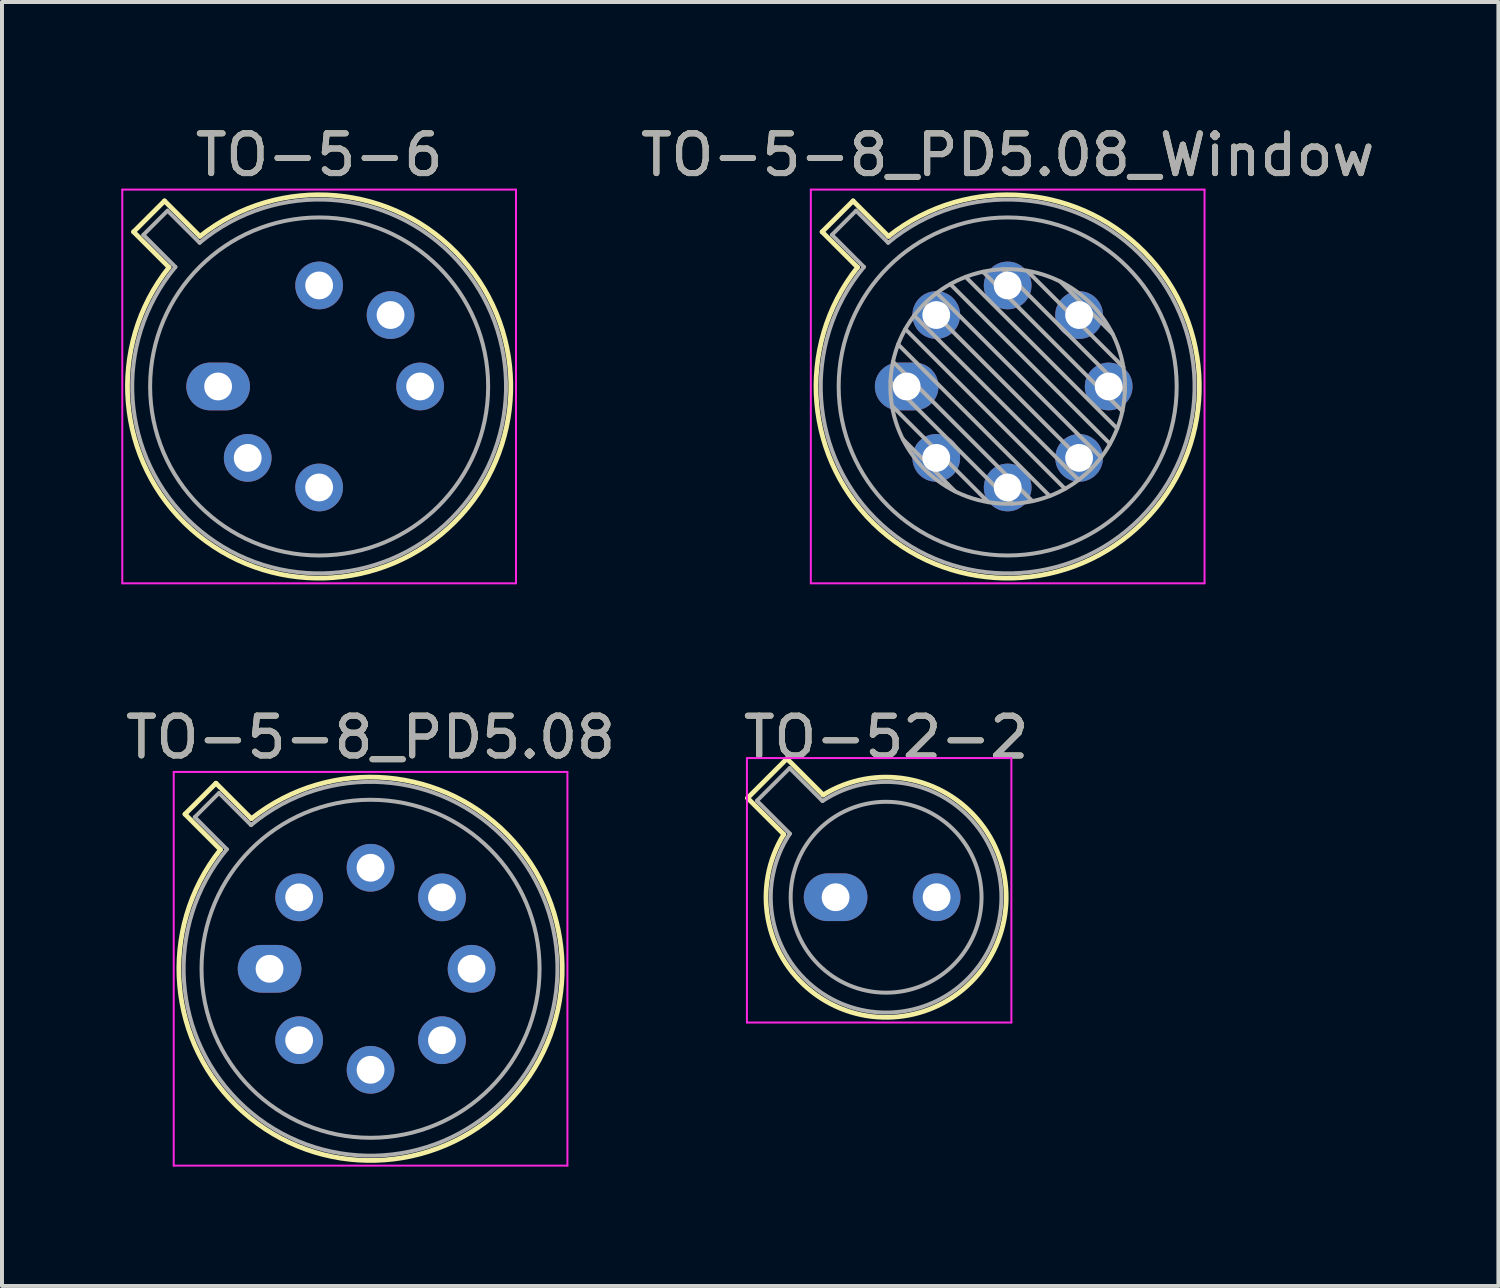
<source format=kicad_pcb>
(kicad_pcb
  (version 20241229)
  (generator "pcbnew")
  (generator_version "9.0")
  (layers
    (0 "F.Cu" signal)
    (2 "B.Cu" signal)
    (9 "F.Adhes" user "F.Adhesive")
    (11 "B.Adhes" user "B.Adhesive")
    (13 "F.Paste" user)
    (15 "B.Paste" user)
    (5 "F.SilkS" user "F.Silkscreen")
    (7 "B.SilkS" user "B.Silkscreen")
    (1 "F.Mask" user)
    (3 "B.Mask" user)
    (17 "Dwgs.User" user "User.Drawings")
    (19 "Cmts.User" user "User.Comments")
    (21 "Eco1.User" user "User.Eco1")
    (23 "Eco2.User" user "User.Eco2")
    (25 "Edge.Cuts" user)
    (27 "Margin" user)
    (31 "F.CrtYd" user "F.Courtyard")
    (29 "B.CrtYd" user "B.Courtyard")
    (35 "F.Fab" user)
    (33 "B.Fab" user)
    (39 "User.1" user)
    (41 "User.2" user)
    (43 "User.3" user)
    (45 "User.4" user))
  (footprint "TO-5-8_PD5.08_Window"
    (layer "F.Cu")
    (at 19.749 6.668)
    (property "Reference" "TO-5-8_PD5.08_Window" (at 2.54 -5.82 0) (layer "F.SilkS") (effects (font (size 1 1) (thickness 0.15))))
    (attr through_hole)
    (fp_line (start -2.126 -3.888) (end -1.235 -2.997) (stroke (width 0.12) (type solid)) (layer "F.SilkS"))
    (fp_line (start -1.348 -4.666) (end -2.126 -3.888) (stroke (width 0.12) (type solid)) (layer "F.SilkS"))
    (fp_line (start -0.457 -3.775) (end -1.348 -4.666) (stroke (width 0.12) (type solid)) (layer "F.SilkS"))
    (fp_arc (start -0.457084 -3.774902) (mid 5.948125 3.408384) (end -1.234674 -2.997371) (stroke (width 0.12) (type solid)) (layer "F.SilkS"))
    (fp_line (start -2.41 -4.95) (end -2.41 4.95) (stroke (width 0.05) (type solid)) (layer "F.CrtYd"))
    (fp_line (start -2.41 4.95) (end 7.49 4.95) (stroke (width 0.05) (type solid)) (layer "F.CrtYd"))
    (fp_line (start 7.49 -4.95) (end -2.41 -4.95) (stroke (width 0.05) (type solid)) (layer "F.CrtYd"))
    (fp_line (start 7.49 4.95) (end 7.49 -4.95) (stroke (width 0.05) (type solid)) (layer "F.CrtYd"))
    (fp_line (start -1.88 -3.812) (end -1.074 -3.005) (stroke (width 0.1) (type solid)) (layer "F.Fab"))
    (fp_line (start -1.272 -4.42) (end -1.88 -3.812) (stroke (width 0.1) (type solid)) (layer "F.Fab"))
    (fp_line (start -0.465 -3.614) (end -1.272 -4.42) (stroke (width 0.1) (type solid)) (layer "F.Fab"))
    (fp_line (start -0.408 -0.12) (end 2.66 2.948) (stroke (width 0.1) (type solid)) (layer "F.Fab"))
    (fp_line (start -0.371 0.485) (end 2.055 2.911) (stroke (width 0.1) (type solid)) (layer "F.Fab"))
    (fp_line (start -0.344 -0.622) (end 3.162 2.884) (stroke (width 0.1) (type solid)) (layer "F.Fab"))
    (fp_line (start -0.215 -1.058) (end 3.598 2.755) (stroke (width 0.1) (type solid)) (layer "F.Fab"))
    (fp_line (start -0.097 1.324) (end 1.216 2.637) (stroke (width 0.1) (type solid)) (layer "F.Fab"))
    (fp_line (start -0.034 -1.443) (end 3.983 2.574) (stroke (width 0.1) (type solid)) (layer "F.Fab"))
    (fp_line (start 0.19 -1.784) (end 4.324 2.35) (stroke (width 0.1) (type solid)) (layer "F.Fab"))
    (fp_line (start 0.454 -2.086) (end 4.626 2.086) (stroke (width 0.1) (type solid)) (layer "F.Fab"))
    (fp_line (start 0.756 -2.35) (end 4.89 1.784) (stroke (width 0.1) (type solid)) (layer "F.Fab"))
    (fp_line (start 1.097 -2.574) (end 5.114 1.443) (stroke (width 0.1) (type solid)) (layer "F.Fab"))
    (fp_line (start 1.482 -2.755) (end 5.295 1.058) (stroke (width 0.1) (type solid)) (layer "F.Fab"))
    (fp_line (start 1.918 -2.884) (end 5.424 0.622) (stroke (width 0.1) (type solid)) (layer "F.Fab"))
    (fp_line (start 2.42 -2.948) (end 5.488 0.12) (stroke (width 0.1) (type solid)) (layer "F.Fab"))
    (fp_line (start 3.025 -2.911) (end 5.451 -0.485) (stroke (width 0.1) (type solid)) (layer "F.Fab"))
    (fp_line (start 3.864 -2.637) (end 5.177 -1.324) (stroke (width 0.1) (type solid)) (layer "F.Fab"))
    (fp_arc (start -0.465408 -3.61352) (mid 5.863443 3.323361) (end -1.073594 -3.005319) (stroke (width 0.1) (type solid)) (layer "F.Fab"))
    (fp_circle (center 2.54 0) (end 5.49 0) (stroke (width 0.1) (type solid)) (fill no) (layer "F.Fab"))
    (fp_circle (center 2.54 0) (end 6.79 0) (stroke (width 0.1) (type solid)) (fill no) (layer "F.Fab"))
    (fp_text user "${REFERENCE}" (at 2.54 -5.82 0) (layer "F.Fab") (effects (font (size 1 1) (thickness 0.15))))
    (pad "1" thru_hole oval (at 0 0) (size 1.6 1.2) (drill 0.7) (layers "*.Cu" "*.Mask"))
    (pad "2" thru_hole oval (at 0.744 1.796) (size 1.2 1.2) (drill 0.7) (layers "*.Cu" "*.Mask"))
    (pad "3" thru_hole oval (at 2.54 2.54) (size 1.2 1.2) (drill 0.7) (layers "*.Cu" "*.Mask"))
    (pad "4" thru_hole oval (at 4.336 1.796) (size 1.2 1.2) (drill 0.7) (layers "*.Cu" "*.Mask"))
    (pad "5" thru_hole oval (at 5.08 0) (size 1.2 1.2) (drill 0.7) (layers "*.Cu" "*.Mask"))
    (pad "6" thru_hole oval (at 4.336 -1.796) (size 1.2 1.2) (drill 0.7) (layers "*.Cu" "*.Mask"))
    (pad "7" thru_hole oval (at 2.54 -2.54) (size 1.2 1.2) (drill 0.7) (layers "*.Cu" "*.Mask"))
    (pad "8" thru_hole oval (at 0.744 -1.796) (size 1.2 1.2) (drill 0.7) (layers "*.Cu" "*.Mask")))
  (footprint "TO-5-8_PD5.08"
    (layer "F.Cu")
    (at 3.728 21.311)
    (property "Reference" "TO-5-8_PD5.08" (at 2.54 -5.82 0) (layer "F.SilkS") (effects (font (size 1 1) (thickness 0.15))))
    (attr through_hole)
    (fp_line (start -2.126 -3.888) (end -1.235 -2.997) (stroke (width 0.12) (type solid)) (layer "F.SilkS"))
    (fp_line (start -1.348 -4.666) (end -2.126 -3.888) (stroke (width 0.12) (type solid)) (layer "F.SilkS"))
    (fp_line (start -0.457 -3.775) (end -1.348 -4.666) (stroke (width 0.12) (type solid)) (layer "F.SilkS"))
    (fp_arc (start -0.457084 -3.774902) (mid 5.948125 3.408384) (end -1.234674 -2.997371) (stroke (width 0.12) (type solid)) (layer "F.SilkS"))
    (fp_line (start -2.41 -4.95) (end -2.41 4.95) (stroke (width 0.05) (type solid)) (layer "F.CrtYd"))
    (fp_line (start -2.41 4.95) (end 7.49 4.95) (stroke (width 0.05) (type solid)) (layer "F.CrtYd"))
    (fp_line (start 7.49 -4.95) (end -2.41 -4.95) (stroke (width 0.05) (type solid)) (layer "F.CrtYd"))
    (fp_line (start 7.49 4.95) (end 7.49 -4.95) (stroke (width 0.05) (type solid)) (layer "F.CrtYd"))
    (fp_line (start -1.88 -3.812) (end -1.074 -3.005) (stroke (width 0.1) (type solid)) (layer "F.Fab"))
    (fp_line (start -1.272 -4.42) (end -1.88 -3.812) (stroke (width 0.1) (type solid)) (layer "F.Fab"))
    (fp_line (start -0.465 -3.614) (end -1.272 -4.42) (stroke (width 0.1) (type solid)) (layer "F.Fab"))
    (fp_arc (start -0.465408 -3.61352) (mid 5.863443 3.323361) (end -1.073594 -3.005319) (stroke (width 0.1) (type solid)) (layer "F.Fab"))
    (fp_circle (center 2.54 0) (end 6.79 0) (stroke (width 0.1) (type solid)) (fill no) (layer "F.Fab"))
    (fp_text user "${REFERENCE}" (at 2.54 -5.82 0) (layer "F.Fab") (effects (font (size 1 1) (thickness 0.15))))
    (pad "1" thru_hole oval (at 0 0) (size 1.6 1.2) (drill 0.7) (layers "*.Cu" "*.Mask"))
    (pad "2" thru_hole oval (at 0.744 1.796) (size 1.2 1.2) (drill 0.7) (layers "*.Cu" "*.Mask"))
    (pad "3" thru_hole oval (at 2.54 2.54) (size 1.2 1.2) (drill 0.7) (layers "*.Cu" "*.Mask"))
    (pad "4" thru_hole oval (at 4.336 1.796) (size 1.2 1.2) (drill 0.7) (layers "*.Cu" "*.Mask"))
    (pad "5" thru_hole oval (at 5.08 0) (size 1.2 1.2) (drill 0.7) (layers "*.Cu" "*.Mask"))
    (pad "6" thru_hole oval (at 4.336 -1.796) (size 1.2 1.2) (drill 0.7) (layers "*.Cu" "*.Mask"))
    (pad "7" thru_hole oval (at 2.54 -2.54) (size 1.2 1.2) (drill 0.7) (layers "*.Cu" "*.Mask"))
    (pad "8" thru_hole oval (at 0.744 -1.796) (size 1.2 1.2) (drill 0.7) (layers "*.Cu" "*.Mask")))
  (footprint "TO-5-6"
    (layer "F.Cu")
    (at 2.435 6.668)
    (property "Reference" "TO-5-6" (at 2.54 -5.82 0) (layer "F.SilkS") (effects (font (size 1 1) (thickness 0.15))))
    (attr through_hole)
    (fp_line (start -2.126 -3.888) (end -1.235 -2.997) (stroke (width 0.12) (type solid)) (layer "F.SilkS"))
    (fp_line (start -1.348 -4.666) (end -2.126 -3.888) (stroke (width 0.12) (type solid)) (layer "F.SilkS"))
    (fp_line (start -0.457 -3.775) (end -1.348 -4.666) (stroke (width 0.12) (type solid)) (layer "F.SilkS"))
    (fp_arc (start -0.457084 -3.774902) (mid 5.948125 3.408384) (end -1.234674 -2.997371) (stroke (width 0.12) (type solid)) (layer "F.SilkS"))
    (fp_line (start -2.41 -4.95) (end -2.41 4.95) (stroke (width 0.05) (type solid)) (layer "F.CrtYd"))
    (fp_line (start -2.41 4.95) (end 7.49 4.95) (stroke (width 0.05) (type solid)) (layer "F.CrtYd"))
    (fp_line (start 7.49 -4.95) (end -2.41 -4.95) (stroke (width 0.05) (type solid)) (layer "F.CrtYd"))
    (fp_line (start 7.49 4.95) (end 7.49 -4.95) (stroke (width 0.05) (type solid)) (layer "F.CrtYd"))
    (fp_line (start -1.88 -3.812) (end -1.074 -3.005) (stroke (width 0.1) (type solid)) (layer "F.Fab"))
    (fp_line (start -1.272 -4.42) (end -1.88 -3.812) (stroke (width 0.1) (type solid)) (layer "F.Fab"))
    (fp_line (start -0.465 -3.614) (end -1.272 -4.42) (stroke (width 0.1) (type solid)) (layer "F.Fab"))
    (fp_arc (start -0.465408 -3.61352) (mid 5.863443 3.323361) (end -1.073594 -3.005319) (stroke (width 0.1) (type solid)) (layer "F.Fab"))
    (fp_circle (center 2.54 0) (end 6.79 0) (stroke (width 0.1) (type solid)) (fill no) (layer "F.Fab"))
    (fp_text user "${REFERENCE}" (at 2.54 -5.82 0) (layer "F.Fab") (effects (font (size 1 1) (thickness 0.15))))
    (pad "1" thru_hole oval (at 0 0) (size 1.6 1.2) (drill 0.7) (layers "*.Cu" "*.Mask"))
    (pad "2" thru_hole oval (at 0.744 1.796) (size 1.2 1.2) (drill 0.7) (layers "*.Cu" "*.Mask"))
    (pad "3" thru_hole oval (at 2.54 2.54) (size 1.2 1.2) (drill 0.7) (layers "*.Cu" "*.Mask"))
    (pad "4" thru_hole oval (at 5.08 0) (size 1.2 1.2) (drill 0.7) (layers "*.Cu" "*.Mask"))
    (pad "5" thru_hole oval (at 4.336 -1.796) (size 1.2 1.2) (drill 0.7) (layers "*.Cu" "*.Mask"))
    (pad "6" thru_hole oval (at 2.54 -2.54) (size 1.2 1.2) (drill 0.7) (layers "*.Cu" "*.Mask")))
  (footprint "TO-52-2"
    (layer "F.Cu")
    (at 17.962 19.512)
    (property "Reference" "TO-52-2" (at 1.27 -4.02 0) (layer "F.SilkS") (effects (font (size 1 1) (thickness 0.15))))
    (attr through_hole)
    (fp_line (start -2.214 -2.494) (end -1.302 -1.582) (stroke (width 0.12) (type solid)) (layer "F.SilkS"))
    (fp_line (start -1.224 -3.484) (end -2.214 -2.494) (stroke (width 0.12) (type solid)) (layer "F.SilkS"))
    (fp_line (start -0.312 -2.572) (end -1.224 -3.484) (stroke (width 0.12) (type solid)) (layer "F.SilkS"))
    (fp_arc (start -0.312331 -2.572281) (mid 3.405374 2.135551) (end -1.30215 -1.582544) (stroke (width 0.12) (type solid)) (layer "F.SilkS"))
    (fp_line (start -2.23 -3.5) (end -2.23 3.15) (stroke (width 0.05) (type solid)) (layer "F.CrtYd"))
    (fp_line (start -2.23 3.15) (end 4.42 3.15) (stroke (width 0.05) (type solid)) (layer "F.CrtYd"))
    (fp_line (start 4.42 -3.5) (end -2.23 -3.5) (stroke (width 0.05) (type solid)) (layer "F.CrtYd"))
    (fp_line (start 4.42 3.15) (end 4.42 -3.5) (stroke (width 0.05) (type solid)) (layer "F.CrtYd"))
    (fp_line (start -1.977 -2.426) (end -1.149 -1.599) (stroke (width 0.1) (type solid)) (layer "F.Fab"))
    (fp_line (start -1.156 -3.247) (end -1.977 -2.426) (stroke (width 0.1) (type solid)) (layer "F.Fab"))
    (fp_line (start -0.329 -2.419) (end -1.156 -3.247) (stroke (width 0.1) (type solid)) (layer "F.Fab"))
    (fp_arc (start -0.329057 -2.419301) (mid 3.321076 2.050143) (end -1.150029 -1.597956) (stroke (width 0.1) (type solid)) (layer "F.Fab"))
    (fp_circle (center 1.27 0) (end 3.67 0) (stroke (width 0.1) (type solid)) (fill no) (layer "F.Fab"))
    (fp_text user "${REFERENCE}" (at 1.27 -4.02 0) (layer "F.Fab") (effects (font (size 1 1) (thickness 0.15))))
    (pad "1" thru_hole oval (at 0 0) (size 1.6 1.2) (drill 0.7) (layers "*.Cu" "*.Mask"))
    (pad "2" thru_hole oval (at 2.54 0) (size 1.2 1.2) (drill 0.7) (layers "*.Cu" "*.Mask")))
  (gr_rect
    (start -3 -3)
    (end 34.629 29.287)
    (stroke (width 0.1) (type default))
    (fill no)
    (layer "Edge.Cuts")))
</source>
